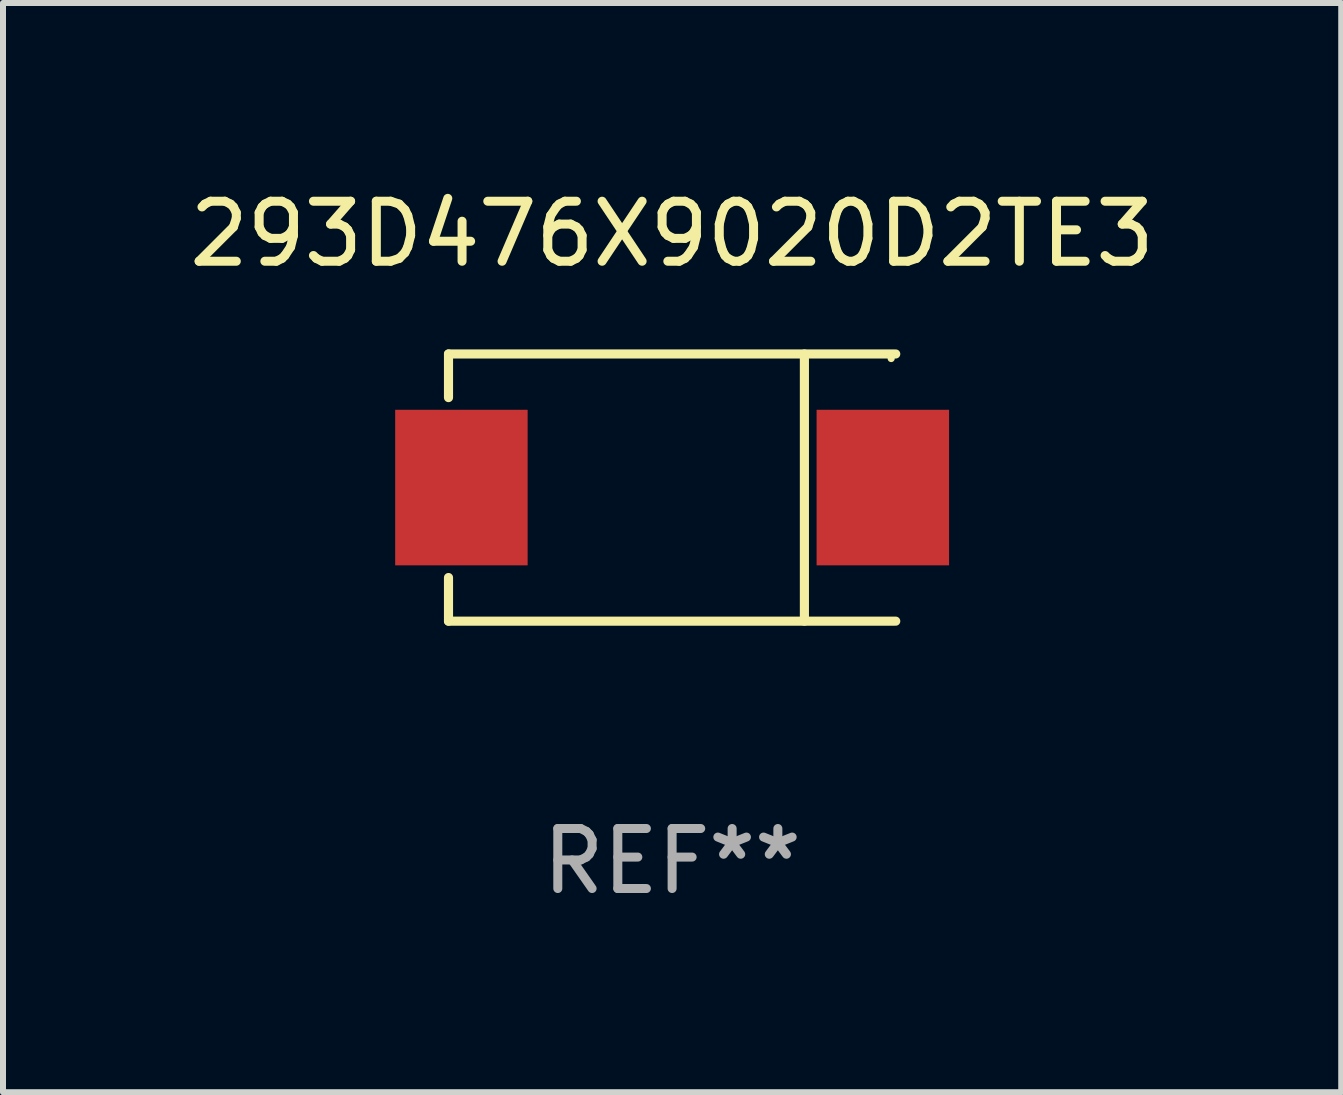
<source format=kicad_pcb>
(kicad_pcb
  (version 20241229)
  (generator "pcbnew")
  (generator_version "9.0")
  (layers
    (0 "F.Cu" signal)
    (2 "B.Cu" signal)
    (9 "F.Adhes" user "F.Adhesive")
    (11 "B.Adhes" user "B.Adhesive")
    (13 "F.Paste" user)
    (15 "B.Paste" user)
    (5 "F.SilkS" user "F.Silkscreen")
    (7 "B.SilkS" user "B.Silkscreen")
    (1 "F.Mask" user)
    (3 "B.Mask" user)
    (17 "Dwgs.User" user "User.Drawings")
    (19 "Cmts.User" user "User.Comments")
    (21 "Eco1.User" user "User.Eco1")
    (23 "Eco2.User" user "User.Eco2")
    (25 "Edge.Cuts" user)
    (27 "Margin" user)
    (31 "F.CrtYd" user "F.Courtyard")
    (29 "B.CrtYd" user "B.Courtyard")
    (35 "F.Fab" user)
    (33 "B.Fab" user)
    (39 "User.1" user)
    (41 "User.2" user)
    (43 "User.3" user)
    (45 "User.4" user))
  (footprint "293D476X9020D2TE3"
    (layer "F.Cu")
    (at 8.149 5.074)
    (property "Reference" "293D476X9020D2TE3" (at 0 -4.226 0) (layer "F.SilkS") (effects (font (size 1 1) (thickness 0.15))))
    (attr through_hole)
    (fp_line (start -3.726 -2.226) (end -3.726 -1.499) (stroke (width 0.152) (type solid)) (layer "F.SilkS"))
    (fp_line (start -3.726 -2.226) (end 3.726 -2.226) (stroke (width 0.152) (type solid)) (layer "F.SilkS"))
    (fp_line (start -3.726 2.226) (end -3.726 1.499) (stroke (width 0.152) (type solid)) (layer "F.SilkS"))
    (fp_line (start -3.726 2.226) (end 3.726 2.226) (stroke (width 0.152) (type solid)) (layer "F.SilkS"))
    (fp_line (start 2.204 -2.226) (end 2.204 2.226) (stroke (width 0.152) (type solid)) (layer "F.SilkS"))
    (fp_circle (center 3.65 -2.15) (end 3.68 -2.15) (stroke (width 0.06) (type solid)) (fill no) (layer "F.SilkS"))
    (fp_text user "REF**" (at 0 6.226 0) (layer "F.Fab") (effects (font (size 1 1) (thickness 0.15))))
    (pad "1" smd rect (at 3.511 0) (size 2.207 2.592) (layers "F.Cu" "F.Mask" "F.Paste"))
    (pad "2" smd rect (at -3.511 0) (size 2.207 2.592) (layers "F.Cu" "F.Mask" "F.Paste")))
  (gr_rect
    (start -3 -3)
    (end 19.298 15.149)
    (stroke (width 0.1) (type default))
    (fill no)
    (layer "Edge.Cuts")))
</source>
